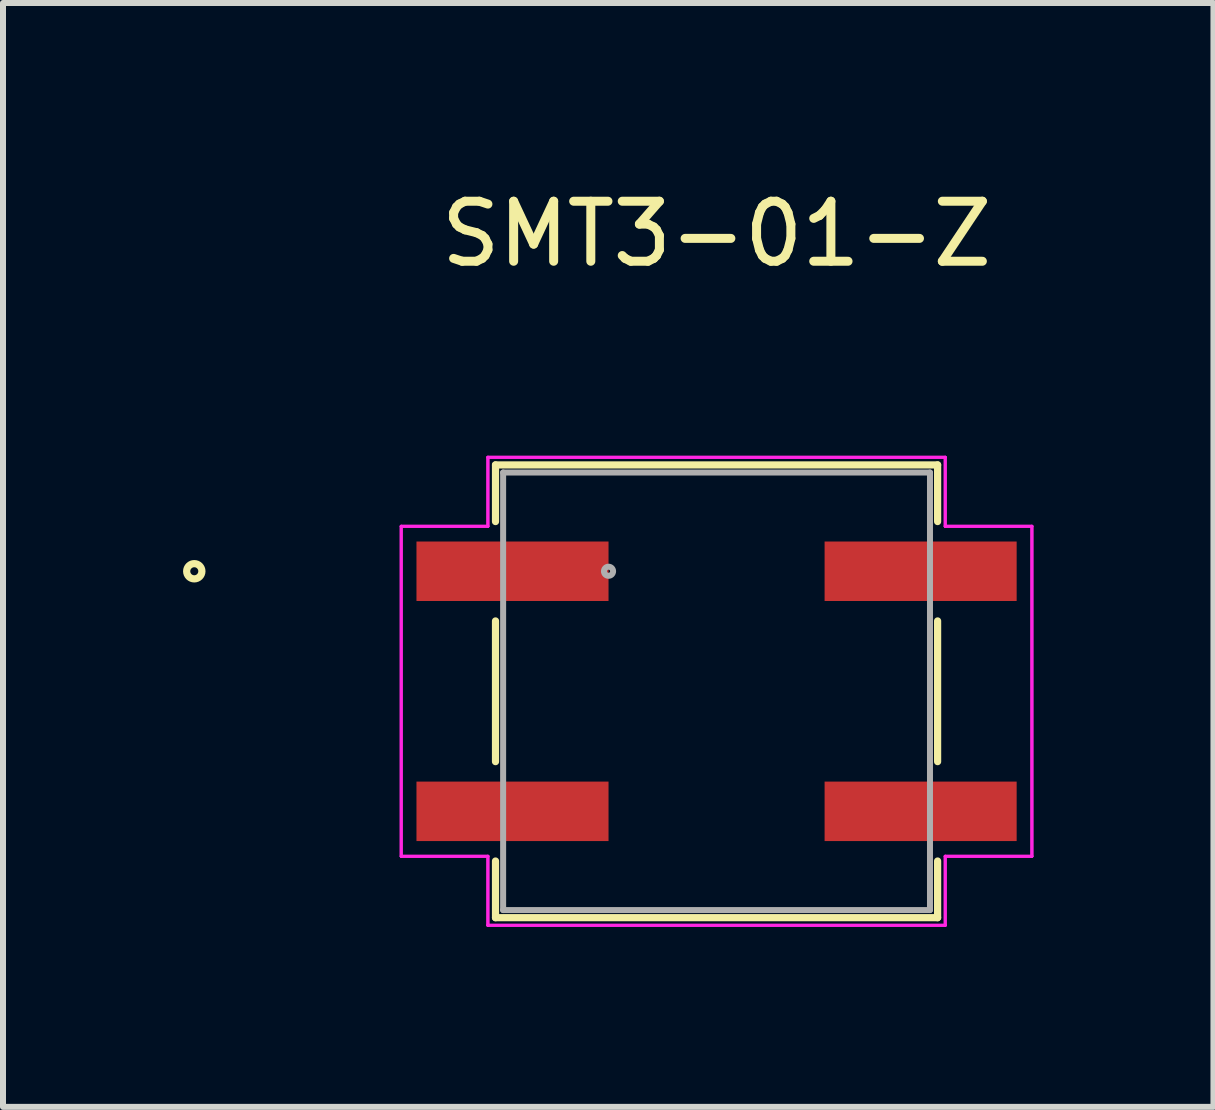
<source format=kicad_pcb>
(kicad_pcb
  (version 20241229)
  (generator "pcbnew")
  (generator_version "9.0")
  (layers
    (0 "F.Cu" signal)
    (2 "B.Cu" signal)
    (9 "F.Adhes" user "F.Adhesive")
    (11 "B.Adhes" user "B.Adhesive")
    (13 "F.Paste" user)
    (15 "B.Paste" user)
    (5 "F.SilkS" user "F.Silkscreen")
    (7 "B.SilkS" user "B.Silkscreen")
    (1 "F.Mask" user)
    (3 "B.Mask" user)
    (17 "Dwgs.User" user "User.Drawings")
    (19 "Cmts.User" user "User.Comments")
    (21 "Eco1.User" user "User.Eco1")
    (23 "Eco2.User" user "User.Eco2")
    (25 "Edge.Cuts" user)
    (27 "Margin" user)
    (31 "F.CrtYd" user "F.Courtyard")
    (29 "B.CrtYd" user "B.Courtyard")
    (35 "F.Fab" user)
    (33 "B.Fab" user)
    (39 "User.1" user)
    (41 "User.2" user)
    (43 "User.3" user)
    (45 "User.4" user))
  (footprint "SMT3-01-Z"
    (layer "F.Cu")
    (at 8.889 8.468)
    (property "Reference" "SMT3-01-Z" (at 0 -7.62 0) (layer "F.SilkS") (effects (font (size 1 1) (thickness 0.15))))
    (attr through_hole)
    (fp_line (start -3.683 -3.772) (end -3.683 -2.828) (stroke (width 0.12) (type solid)) (layer "F.SilkS"))
    (fp_line (start -3.683 -1.172) (end -3.683 1.172) (stroke (width 0.12) (type solid)) (layer "F.SilkS"))
    (fp_line (start -3.683 2.828) (end -3.683 3.772) (stroke (width 0.12) (type solid)) (layer "F.SilkS"))
    (fp_line (start -3.683 3.772) (end 3.683 3.772) (stroke (width 0.12) (type solid)) (layer "F.SilkS"))
    (fp_line (start 3.683 -3.772) (end -3.683 -3.772) (stroke (width 0.12) (type solid)) (layer "F.SilkS"))
    (fp_line (start 3.683 -2.828) (end 3.683 -3.772) (stroke (width 0.12) (type solid)) (layer "F.SilkS"))
    (fp_line (start 3.683 1.172) (end 3.683 -1.172) (stroke (width 0.12) (type solid)) (layer "F.SilkS"))
    (fp_line (start 3.683 3.772) (end 3.683 2.828) (stroke (width 0.12) (type solid)) (layer "F.SilkS"))
    (fp_circle (center -8.702 -2) (end -8.575 -2) (stroke (width 0.12) (type solid)) (fill no) (layer "F.SilkS"))
    (fp_line (start -5.254 -2.749) (end -3.81 -2.749) (stroke (width 0.05) (type solid)) (layer "F.CrtYd"))
    (fp_line (start -5.254 -2.749) (end -3.81 -2.749) (stroke (width 0.05) (type solid)) (layer "F.CrtYd"))
    (fp_line (start -5.254 2.749) (end -5.254 -2.749) (stroke (width 0.05) (type solid)) (layer "F.CrtYd"))
    (fp_line (start -5.254 2.749) (end -5.254 -2.749) (stroke (width 0.05) (type solid)) (layer "F.CrtYd"))
    (fp_line (start -5.254 2.749) (end -3.81 2.749) (stroke (width 0.05) (type solid)) (layer "F.CrtYd"))
    (fp_line (start -3.81 -3.899) (end 3.81 -3.899) (stroke (width 0.05) (type solid)) (layer "F.CrtYd"))
    (fp_line (start -3.81 -3.899) (end 3.81 -3.899) (stroke (width 0.05) (type solid)) (layer "F.CrtYd"))
    (fp_line (start -3.81 -2.749) (end -3.81 -3.899) (stroke (width 0.05) (type solid)) (layer "F.CrtYd"))
    (fp_line (start -3.81 -2.749) (end -3.81 -3.899) (stroke (width 0.05) (type solid)) (layer "F.CrtYd"))
    (fp_line (start -3.81 2.749) (end -5.254 2.749) (stroke (width 0.05) (type solid)) (layer "F.CrtYd"))
    (fp_line (start -3.81 3.899) (end -3.81 2.749) (stroke (width 0.05) (type solid)) (layer "F.CrtYd"))
    (fp_line (start -3.81 3.899) (end -3.81 2.749) (stroke (width 0.05) (type solid)) (layer "F.CrtYd"))
    (fp_line (start 3.81 -3.899) (end 3.81 -2.749) (stroke (width 0.05) (type solid)) (layer "F.CrtYd"))
    (fp_line (start 3.81 -3.899) (end 3.81 -2.749) (stroke (width 0.05) (type solid)) (layer "F.CrtYd"))
    (fp_line (start 3.81 -2.749) (end 5.254 -2.749) (stroke (width 0.05) (type solid)) (layer "F.CrtYd"))
    (fp_line (start 3.81 2.749) (end 3.81 3.899) (stroke (width 0.05) (type solid)) (layer "F.CrtYd"))
    (fp_line (start 3.81 2.749) (end 3.81 3.899) (stroke (width 0.05) (type solid)) (layer "F.CrtYd"))
    (fp_line (start 3.81 3.899) (end -3.81 3.899) (stroke (width 0.05) (type solid)) (layer "F.CrtYd"))
    (fp_line (start 3.81 3.899) (end -3.81 3.899) (stroke (width 0.05) (type solid)) (layer "F.CrtYd"))
    (fp_line (start 5.254 -2.749) (end 3.81 -2.749) (stroke (width 0.05) (type solid)) (layer "F.CrtYd"))
    (fp_line (start 5.254 -2.749) (end 5.254 2.749) (stroke (width 0.05) (type solid)) (layer "F.CrtYd"))
    (fp_line (start 5.254 -2.749) (end 5.254 2.749) (stroke (width 0.05) (type solid)) (layer "F.CrtYd"))
    (fp_line (start 5.254 2.749) (end 3.81 2.749) (stroke (width 0.05) (type solid)) (layer "F.CrtYd"))
    (fp_line (start 5.254 2.749) (end 3.81 2.749) (stroke (width 0.05) (type solid)) (layer "F.CrtYd"))
    (fp_line (start -3.556 -3.645) (end -3.556 3.645) (stroke (width 0.1) (type solid)) (layer "F.Fab"))
    (fp_line (start -3.556 3.645) (end 3.556 3.645) (stroke (width 0.1) (type solid)) (layer "F.Fab"))
    (fp_line (start 3.556 -3.645) (end -3.556 -3.645) (stroke (width 0.1) (type solid)) (layer "F.Fab"))
    (fp_line (start 3.556 3.645) (end 3.556 -3.645) (stroke (width 0.1) (type solid)) (layer "F.Fab"))
    (fp_circle (center -1.8 -2) (end -1.724 -2) (stroke (width 0.1) (type solid)) (fill no) (layer "F.Fab"))
    (pad "1" smd rect (at -3.4 -2) (size 3.2 0.991) (layers "F.Cu" "F.Mask" "F.Paste"))
    (pad "2" smd rect (at 3.4 -2) (size 3.2 0.991) (layers "F.Cu" "F.Mask" "F.Paste"))
    (pad "3" smd rect (at -3.4 2) (size 3.2 0.991) (layers "F.Cu" "F.Mask" "F.Paste"))
    (pad "4" smd rect (at 3.4 2) (size 3.2 0.991) (layers "F.Cu" "F.Mask" "F.Paste")))
  (gr_rect
    (start -3 -3)
    (end 17.168 15.392)
    (stroke (width 0.1) (type default))
    (fill no)
    (layer "Edge.Cuts")))
</source>
